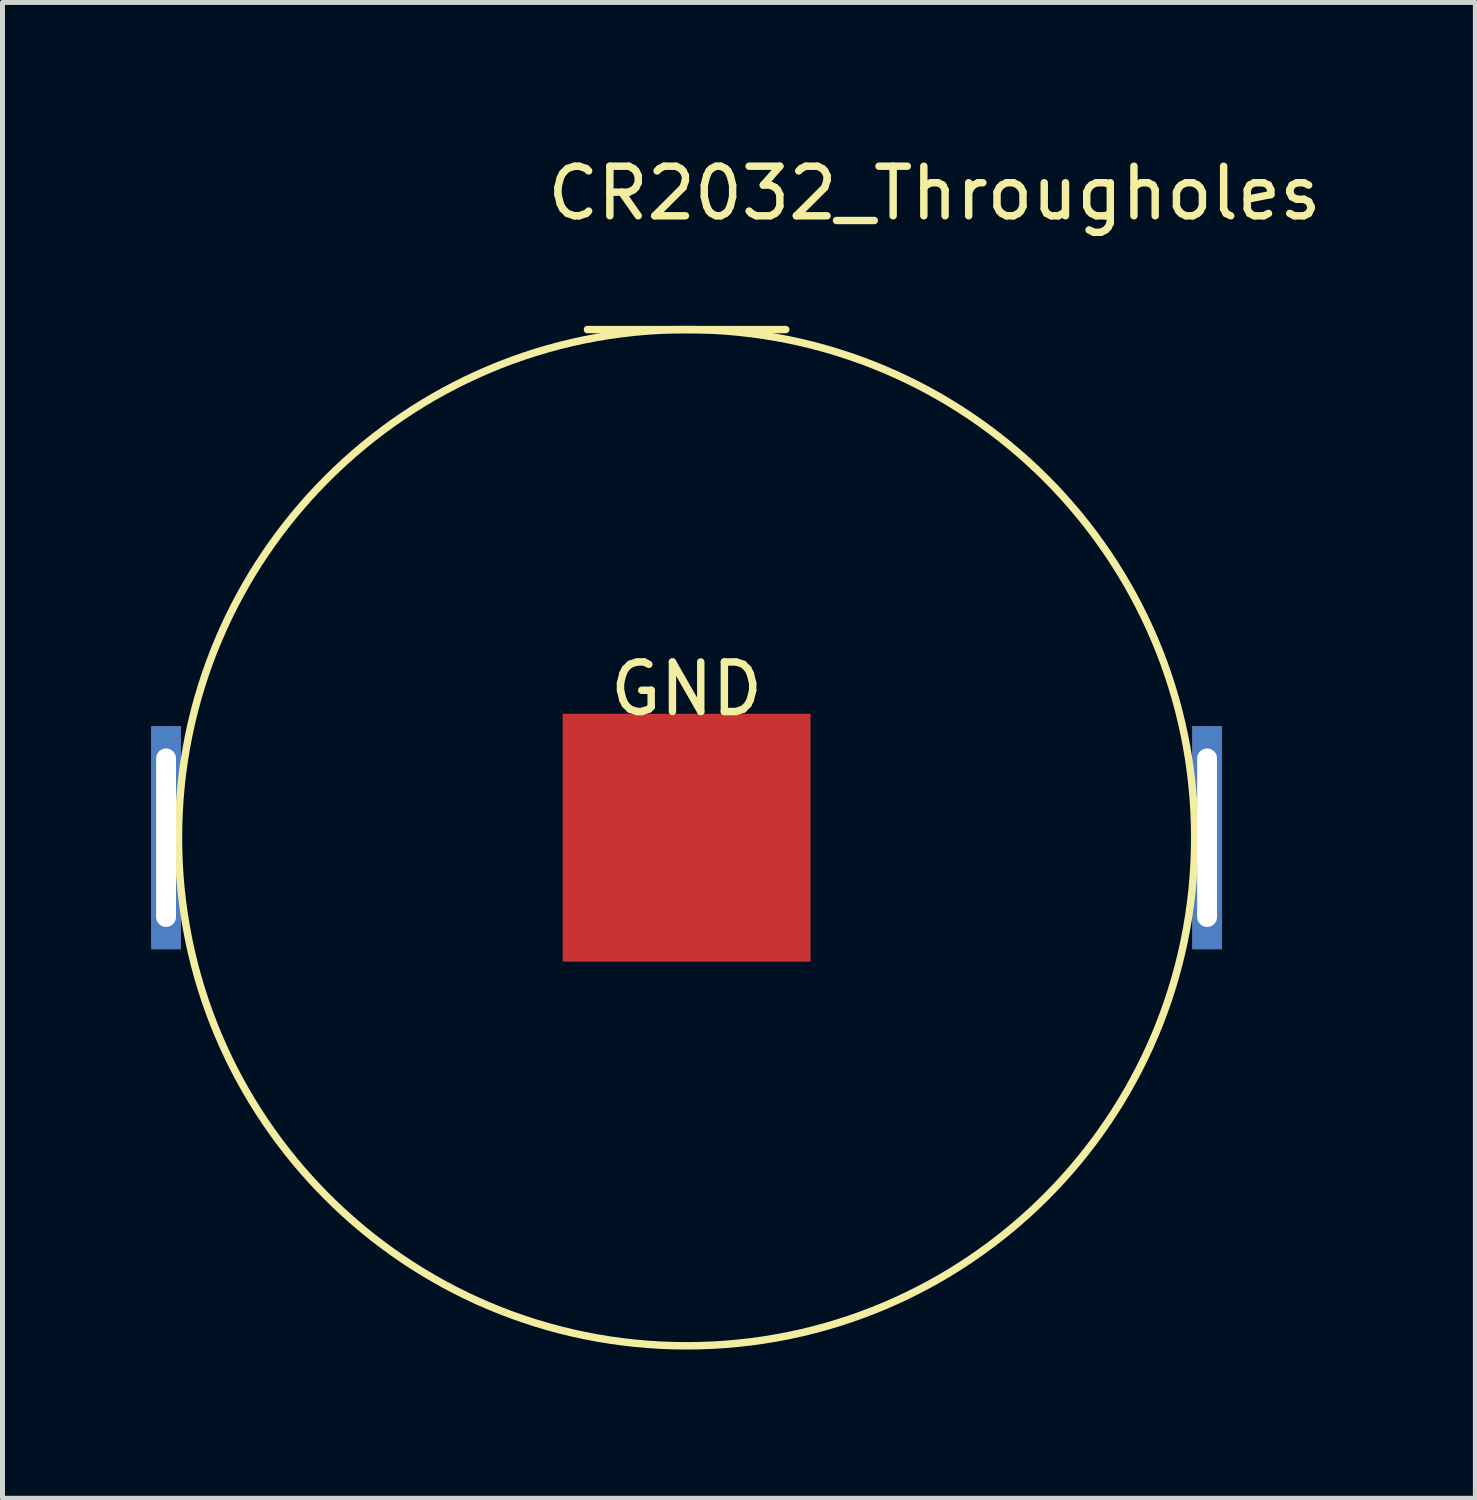
<source format=kicad_pcb>
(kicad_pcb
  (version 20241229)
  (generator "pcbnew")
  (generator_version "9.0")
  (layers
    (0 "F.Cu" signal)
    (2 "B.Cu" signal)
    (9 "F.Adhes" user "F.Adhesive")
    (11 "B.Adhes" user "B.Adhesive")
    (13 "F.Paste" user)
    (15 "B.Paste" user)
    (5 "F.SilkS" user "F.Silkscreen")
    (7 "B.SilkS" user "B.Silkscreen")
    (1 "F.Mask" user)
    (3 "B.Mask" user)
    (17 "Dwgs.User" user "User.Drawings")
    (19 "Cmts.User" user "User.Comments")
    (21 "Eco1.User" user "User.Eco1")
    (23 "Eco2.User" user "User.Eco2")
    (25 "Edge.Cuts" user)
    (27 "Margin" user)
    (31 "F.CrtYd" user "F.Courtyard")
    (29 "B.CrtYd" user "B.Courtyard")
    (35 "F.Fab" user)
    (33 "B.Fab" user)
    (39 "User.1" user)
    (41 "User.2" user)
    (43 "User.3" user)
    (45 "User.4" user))
  (footprint "CR2032_Througholes"
    (layer "F.Cu")
    (at 10.8 13.848)
    (property "Reference" "CR2032_Througholes" (at 5 -13 0) (layer "F.SilkS") (effects (font (size 1 1) (thickness 0.15))))
    (attr through_hole)
    (fp_line (start -2 -10.25) (end 2 -10.25) (stroke (width 0.15) (type solid)) (layer "F.SilkS"))
    (fp_circle (center 0 0) (end 10.25 0) (stroke (width 0.15) (type solid)) (fill no) (layer "F.SilkS"))
    (fp_text user "GND" (at 0 -3 0) (layer "F.SilkS") (effects (font (size 1 1) (thickness 0.15))))
    (pad "1" smd rect (at 0 0) (size 5 5) (layers "F.Cu" "F.Mask"))
    (pad "2" thru_hole rect (at -10.5 0) (size 0.6 4.5) (drill oval 0.4 3.6) (layers "*.Cu" "*.Mask"))
    (pad "2" thru_hole rect (at 10.5 0) (size 0.6 4.5) (drill oval 0.4 3.6) (layers "*.Cu" "*.Mask")))
  (gr_rect
    (start -3 -3)
    (end 26.711 27.173)
    (stroke (width 0.1) (type default))
    (fill no)
    (layer "Edge.Cuts")))
</source>
